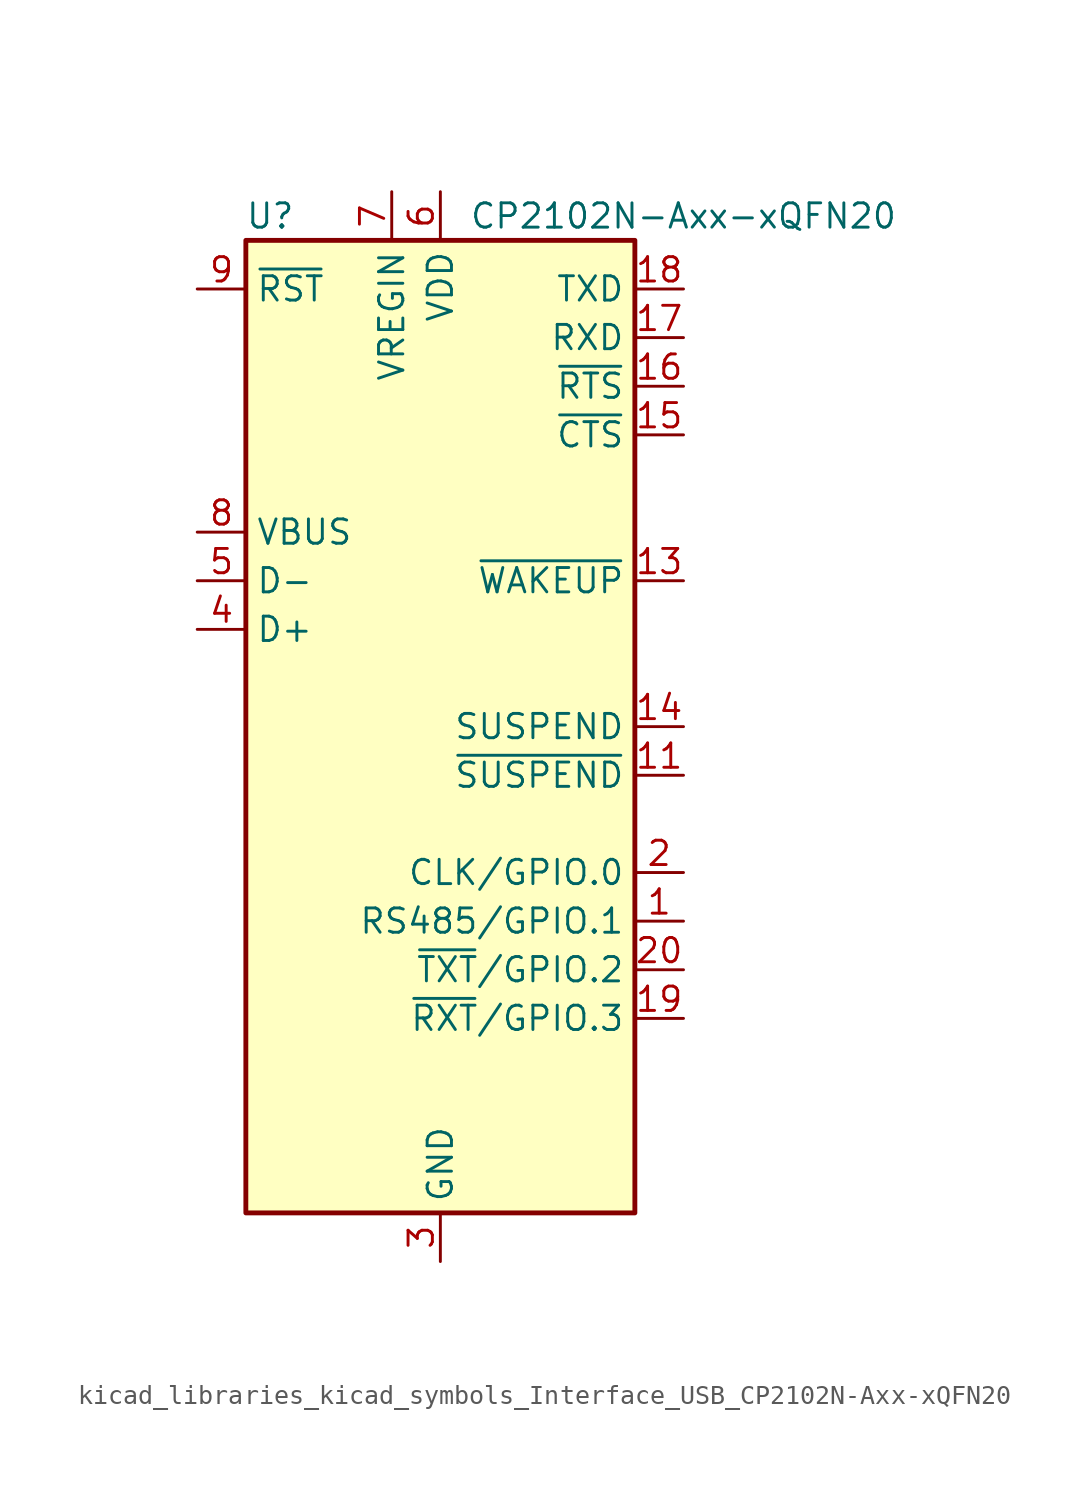
<source format=kicad_sym>
(kicad_symbol_lib
  (version 20220914)
  (generator kicad_symbol_editor)
  (symbol "kicad_libraries_kicad_symbols_Interface_USB_CP2102N-Axx-xQFN20"
    (property "Reference" "U"
      (at -8.89 26.67 0)
      (effects (font (size 1.27 1.27))))
    (property "Value" "CP2102N-Axx-xQFN20"
      (at 12.7 26.67 0)
      (effects (font (size 1.27 1.27))))
    (symbol "kicad_libraries_kicad_symbols_Interface_USB_CP2102N-Axx-xQFN20_0_1"
      (rectangle (start -10.16 25.4) (end 10.16 -25.4) (stroke (width 0.254) (type default)) (fill (type background))))
    (symbol "kicad_libraries_kicad_symbols_Interface_USB_CP2102N-Axx-xQFN20_1_1"
      (pin bidirectional line (at 12.7 -10.16 180) (length 2.54) (name "RS485/GPIO.1" (effects (font (size 1.27 1.27)))) (number "1" (effects (font (size 1.27 1.27)))))
      (pin no_connect line (at -10.16 -22.86 0) (length 2.54) hide (name "NC" (effects (font (size 1.27 1.27)))) (number "10" (effects (font (size 1.27 1.27)))))
      (pin output line (at 12.7 -2.54 180) (length 2.54) (name "~{SUSPEND}" (effects (font (size 1.27 1.27)))) (number "11" (effects (font (size 1.27 1.27)))))
      (pin passive line (at 0 -27.94 90) (length 2.54) hide (name "GND" (effects (font (size 1.27 1.27)))) (number "12" (effects (font (size 1.27 1.27)))))
      (pin input line (at 12.7 7.62 180) (length 2.54) (name "~{WAKEUP}" (effects (font (size 1.27 1.27)))) (number "13" (effects (font (size 1.27 1.27)))))
      (pin output line (at 12.7 0 180) (length 2.54) (name "SUSPEND" (effects (font (size 1.27 1.27)))) (number "14" (effects (font (size 1.27 1.27)))))
      (pin input line (at 12.7 15.24 180) (length 2.54) (name "~{CTS}" (effects (font (size 1.27 1.27)))) (number "15" (effects (font (size 1.27 1.27)))))
      (pin output line (at 12.7 17.78 180) (length 2.54) (name "~{RTS}" (effects (font (size 1.27 1.27)))) (number "16" (effects (font (size 1.27 1.27)))))
      (pin input line (at 12.7 20.32 180) (length 2.54) (name "RXD" (effects (font (size 1.27 1.27)))) (number "17" (effects (font (size 1.27 1.27)))))
      (pin output line (at 12.7 22.86 180) (length 2.54) (name "TXD" (effects (font (size 1.27 1.27)))) (number "18" (effects (font (size 1.27 1.27)))))
      (pin bidirectional line (at 12.7 -15.24 180) (length 2.54) (name "~{RXT}/GPIO.3" (effects (font (size 1.27 1.27)))) (number "19" (effects (font (size 1.27 1.27)))))
      (pin bidirectional line (at 12.7 -7.62 180) (length 2.54) (name "CLK/GPIO.0" (effects (font (size 1.27 1.27)))) (number "2" (effects (font (size 1.27 1.27)))))
      (pin bidirectional line (at 12.7 -12.7 180) (length 2.54) (name "~{TXT}/GPIO.2" (effects (font (size 1.27 1.27)))) (number "20" (effects (font (size 1.27 1.27)))))
      (pin passive line (at 0 -27.94 90) (length 2.54) hide (name "GND" (effects (font (size 1.27 1.27)))) (number "21" (effects (font (size 1.27 1.27)))))
      (pin power_in line (at 0 -27.94 90) (length 2.54) (name "GND" (effects (font (size 1.27 1.27)))) (number "3" (effects (font (size 1.27 1.27)))))
      (pin bidirectional line (at -12.7 5.08 0) (length 2.54) (name "D+" (effects (font (size 1.27 1.27)))) (number "4" (effects (font (size 1.27 1.27)))))
      (pin bidirectional line (at -12.7 7.62 0) (length 2.54) (name "D-" (effects (font (size 1.27 1.27)))) (number "5" (effects (font (size 1.27 1.27)))))
      (pin power_in line (at 0 27.94 270) (length 2.54) (name "VDD" (effects (font (size 1.27 1.27)))) (number "6" (effects (font (size 1.27 1.27)))))
      (pin power_in line (at -2.54 27.94 270) (length 2.54) (name "VREGIN" (effects (font (size 1.27 1.27)))) (number "7" (effects (font (size 1.27 1.27)))))
      (pin input line (at -12.7 10.16 0) (length 2.54) (name "VBUS" (effects (font (size 1.27 1.27)))) (number "8" (effects (font (size 1.27 1.27)))))
      (pin input line (at -12.7 22.86 0) (length 2.54) (name "~{RST}" (effects (font (size 1.27 1.27)))) (number "9" (effects (font (size 1.27 1.27))))))))
</source>
